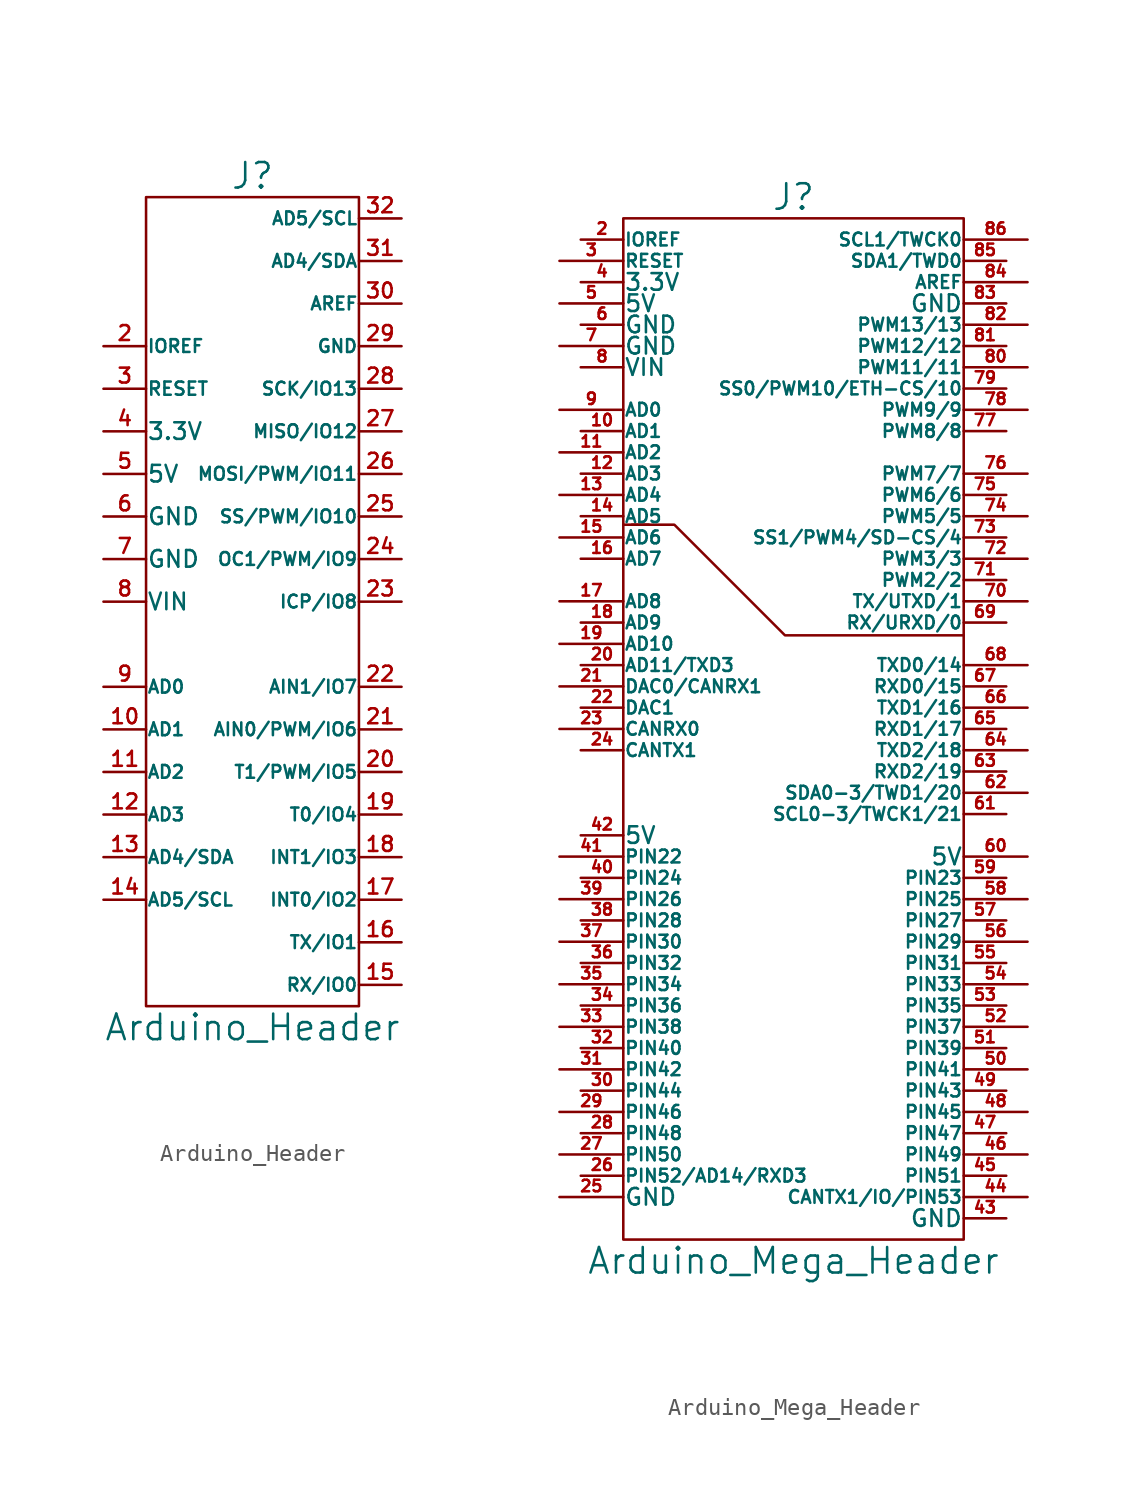
<source format=kicad_sym>
(kicad_symbol_lib
  (version 20201005)
  (generator kicad_symbol_editor)
  (symbol "Arduino_Header"
    (pin_names
      (offset 0.025))
    (property "Reference" "J"
      (at 0 25.4 0)
      (effects (font (size 1.524 1.524))))
    (property "Value" "Arduino_Header"
      (at 0 -25.4 0)
      (effects (font (size 1.524 1.524))))
    (property "Footprint" ""
      (at 0 0 0)
      (effects (font (size 1.524 1.524))))
    (property "Datasheet" ""
      (at 0 0 0)
      (effects (font (size 1.524 1.524))))
    (symbol "Arduino_Header_0_1"
      (rectangle (start 6.35 -24.13) (end -6.35 24.13) (stroke (width 0)) (fill (type none))))
    (symbol "Arduino_Header_1_1"
      (pin passive line (at -8.89 -7.62 0) (length 2.54) (name "AD1" (effects (font (size 0.762 0.762)))) (number "10" (effects (font (size 0.889 0.889)))))
      (pin passive line (at -8.89 -10.16 0) (length 2.54) (name "AD2" (effects (font (size 0.762 0.762)))) (number "11" (effects (font (size 0.889 0.889)))))
      (pin passive line (at -8.89 -12.7 0) (length 2.54) (name "AD3" (effects (font (size 0.762 0.762)))) (number "12" (effects (font (size 0.889 0.889)))))
      (pin passive line (at -8.89 -15.24 0) (length 2.54) (name "AD4/SDA" (effects (font (size 0.762 0.762)))) (number "13" (effects (font (size 0.889 0.889)))))
      (pin passive line (at -8.89 -17.78 0) (length 2.54) (name "AD5/SCL" (effects (font (size 0.762 0.762)))) (number "14" (effects (font (size 0.889 0.889)))))
      (pin passive line (at 8.89 -22.86 180) (length 2.54) (name "RX/IO0" (effects (font (size 0.762 0.762)))) (number "15" (effects (font (size 0.889 0.889)))))
      (pin passive line (at 8.89 -20.32 180) (length 2.54) (name "TX/IO1" (effects (font (size 0.762 0.762)))) (number "16" (effects (font (size 0.889 0.889)))))
      (pin passive line (at 8.89 -17.78 180) (length 2.54) (name "INT0/IO2" (effects (font (size 0.762 0.762)))) (number "17" (effects (font (size 0.889 0.889)))))
      (pin passive line (at 8.89 -15.24 180) (length 2.54) (name "INT1/IO3" (effects (font (size 0.762 0.762)))) (number "18" (effects (font (size 0.889 0.889)))))
      (pin passive line (at 8.89 -12.7 180) (length 2.54) (name "T0/IO4" (effects (font (size 0.762 0.762)))) (number "19" (effects (font (size 0.889 0.889)))))
      (pin passive line (at -8.89 15.24 0) (length 2.54) (name "IOREF" (effects (font (size 0.762 0.762)))) (number "2" (effects (font (size 0.889 0.889)))))
      (pin passive line (at 8.89 -10.16 180) (length 2.54) (name "T1/PWM/IO5" (effects (font (size 0.762 0.762)))) (number "20" (effects (font (size 0.889 0.889)))))
      (pin passive line (at 8.89 -7.62 180) (length 2.54) (name "AIN0/PWM/IO6" (effects (font (size 0.762 0.762)))) (number "21" (effects (font (size 0.889 0.889)))))
      (pin passive line (at 8.89 -5.08 180) (length 2.54) (name "AIN1/IO7" (effects (font (size 0.762 0.762)))) (number "22" (effects (font (size 0.889 0.889)))))
      (pin passive line (at 8.89 0 180) (length 2.54) (name "ICP/IO8" (effects (font (size 0.762 0.762)))) (number "23" (effects (font (size 0.889 0.889)))))
      (pin passive line (at 8.89 2.54 180) (length 2.54) (name "OC1/PWM/IO9" (effects (font (size 0.762 0.762)))) (number "24" (effects (font (size 0.889 0.889)))))
      (pin passive line (at 8.89 5.08 180) (length 2.54) (name "SS/PWM/IO10" (effects (font (size 0.762 0.762)))) (number "25" (effects (font (size 0.889 0.889)))))
      (pin passive line (at 8.89 7.62 180) (length 2.54) (name "MOSI/PWM/IO11" (effects (font (size 0.762 0.762)))) (number "26" (effects (font (size 0.889 0.889)))))
      (pin passive line (at 8.89 10.16 180) (length 2.54) (name "MISO/IO12" (effects (font (size 0.762 0.762)))) (number "27" (effects (font (size 0.889 0.889)))))
      (pin passive line (at 8.89 12.7 180) (length 2.54) (name "SCK/IO13" (effects (font (size 0.762 0.762)))) (number "28" (effects (font (size 0.889 0.889)))))
      (pin passive line (at 8.89 15.24 180) (length 2.54) (name "GND" (effects (font (size 0.762 0.762)))) (number "29" (effects (font (size 0.889 0.889)))))
      (pin passive line (at -8.89 12.7 0) (length 2.54) (name "RESET" (effects (font (size 0.787 0.787)))) (number "3" (effects (font (size 0.889 0.889)))))
      (pin passive line (at 8.89 17.78 180) (length 2.54) (name "AREF" (effects (font (size 0.762 0.762)))) (number "30" (effects (font (size 0.889 0.889)))))
      (pin passive line (at 8.89 20.32 180) (length 2.54) (name "AD4/SDA" (effects (font (size 0.762 0.762)))) (number "31" (effects (font (size 0.889 0.889)))))
      (pin passive line (at 8.89 22.86 180) (length 2.54) (name "AD5/SCL" (effects (font (size 0.762 0.762)))) (number "32" (effects (font (size 0.889 0.889)))))
      (pin passive line (at -8.89 10.16 0) (length 2.54) (name "3.3V" (effects (font (size 0.991 0.991)))) (number "4" (effects (font (size 0.889 0.889)))))
      (pin passive line (at -8.89 7.62 0) (length 2.54) (name "5V" (effects (font (size 0.991 0.991)))) (number "5" (effects (font (size 0.889 0.889)))))
      (pin passive line (at -8.89 5.08 0) (length 2.54) (name "GND" (effects (font (size 0.991 0.991)))) (number "6" (effects (font (size 0.889 0.889)))))
      (pin passive line (at -8.89 2.54 0) (length 2.54) (name "GND" (effects (font (size 0.991 0.991)))) (number "7" (effects (font (size 0.889 0.889)))))
      (pin passive line (at -8.89 0 0) (length 2.54) (name "VIN" (effects (font (size 0.991 0.991)))) (number "8" (effects (font (size 0.889 0.889)))))
      (pin passive line (at -8.89 -5.08 0) (length 2.54) (name "AD0" (effects (font (size 0.762 0.762)))) (number "9" (effects (font (size 0.889 0.889)))))))
  (symbol "Arduino_Mega_Header"
    (pin_names
      (offset 0.025))
    (property "Reference" "J"
      (at 0 31.75 0)
      (effects (font (size 1.524 1.524))))
    (property "Value" "Arduino_Mega_Header"
      (at 0 -31.75 0)
      (effects (font (size 1.524 1.524))))
    (property "Footprint" ""
      (at 0 0 0)
      (effects (font (size 1.524 1.524))))
    (property "Datasheet" ""
      (at 0 0 0)
      (effects (font (size 1.524 1.524))))
    (symbol "Arduino_Mega_Header_0_1"
      (rectangle (start 10.16 -30.48) (end -10.16 30.48) (stroke (width 0)) (fill (type none)))
      (polyline (pts (xy -8.636 12.192) (xy -9.652 12.192)) (stroke (width 0)) (fill (type none)))
      (polyline (pts (xy 10.16 5.588) (xy -0.508 5.588) (xy -7.112 12.192) (xy -10.16 12.192)) (stroke (width 0)) (fill (type none))))
    (symbol "Arduino_Mega_Header_1_1"
      (pin passive line (at -12.7 17.78 0) (length 2.54) (name "AD1" (effects (font (size 0.762 0.762)))) (number "10" (effects (font (size 0.686 0.686)))))
      (pin passive line (at -13.97 16.51 0) (length 3.81) (name "AD2" (effects (font (size 0.762 0.762)))) (number "11" (effects (font (size 0.686 0.686)))))
      (pin passive line (at -12.7 15.24 0) (length 2.54) (name "AD3" (effects (font (size 0.762 0.762)))) (number "12" (effects (font (size 0.686 0.686)))))
      (pin passive line (at -13.97 13.97 0) (length 3.81) (name "AD4" (effects (font (size 0.762 0.762)))) (number "13" (effects (font (size 0.686 0.686)))))
      (pin passive line (at -12.7 12.7 0) (length 2.54) (name "AD5" (effects (font (size 0.762 0.762)))) (number "14" (effects (font (size 0.686 0.686)))))
      (pin passive line (at -13.97 11.43 0) (length 3.81) (name "AD6" (effects (font (size 0.762 0.762)))) (number "15" (effects (font (size 0.686 0.686)))))
      (pin passive line (at -12.7 10.16 0) (length 2.54) (name "AD7" (effects (font (size 0.762 0.762)))) (number "16" (effects (font (size 0.686 0.686)))))
      (pin passive line (at -13.97 7.62 0) (length 3.81) (name "AD8" (effects (font (size 0.762 0.762)))) (number "17" (effects (font (size 0.686 0.686)))))
      (pin passive line (at -12.7 6.35 0) (length 2.54) (name "AD9" (effects (font (size 0.762 0.762)))) (number "18" (effects (font (size 0.686 0.686)))))
      (pin passive line (at -13.97 5.08 0) (length 3.81) (name "AD10" (effects (font (size 0.762 0.762)))) (number "19" (effects (font (size 0.686 0.686)))))
      (pin passive line (at -12.7 29.21 0) (length 2.54) (name "IOREF" (effects (font (size 0.762 0.762)))) (number "2" (effects (font (size 0.686 0.686)))))
      (pin passive line (at -12.7 3.81 0) (length 2.54) (name "AD11/TXD3" (effects (font (size 0.762 0.762)))) (number "20" (effects (font (size 0.686 0.686)))))
      (pin passive line (at -13.97 2.54 0) (length 3.81) (name "DAC0/CANRX1" (effects (font (size 0.762 0.762)))) (number "21" (effects (font (size 0.686 0.686)))))
      (pin passive line (at -12.7 1.27 0) (length 2.54) (name "DAC1" (effects (font (size 0.762 0.762)))) (number "22" (effects (font (size 0.686 0.686)))))
      (pin passive line (at -13.97 0 0) (length 3.81) (name "CANRX0" (effects (font (size 0.762 0.762)))) (number "23" (effects (font (size 0.686 0.686)))))
      (pin passive line (at -12.7 -1.27 0) (length 2.54) (name "CANTX1" (effects (font (size 0.762 0.762)))) (number "24" (effects (font (size 0.686 0.686)))))
      (pin passive line (at -13.97 -27.94 0) (length 3.81) (name "GND" (effects (font (size 0.991 0.991)))) (number "25" (effects (font (size 0.686 0.686)))))
      (pin passive line (at -12.7 -26.67 0) (length 2.54) (name "PIN52/AD14/RXD3" (effects (font (size 0.762 0.762)))) (number "26" (effects (font (size 0.686 0.686)))))
      (pin passive line (at -13.97 -25.4 0) (length 3.81) (name "PIN50" (effects (font (size 0.762 0.762)))) (number "27" (effects (font (size 0.686 0.686)))))
      (pin passive line (at -12.7 -24.13 0) (length 2.54) (name "PIN48" (effects (font (size 0.762 0.762)))) (number "28" (effects (font (size 0.686 0.686)))))
      (pin passive line (at -13.97 -22.86 0) (length 3.81) (name "PIN46" (effects (font (size 0.762 0.762)))) (number "29" (effects (font (size 0.686 0.686)))))
      (pin passive line (at -13.97 27.94 0) (length 3.81) (name "RESET" (effects (font (size 0.762 0.762)))) (number "3" (effects (font (size 0.686 0.686)))))
      (pin passive line (at -12.7 -21.59 0) (length 2.54) (name "PIN44" (effects (font (size 0.762 0.762)))) (number "30" (effects (font (size 0.686 0.686)))))
      (pin passive line (at -13.97 -20.32 0) (length 3.81) (name "PIN42" (effects (font (size 0.762 0.762)))) (number "31" (effects (font (size 0.686 0.686)))))
      (pin passive line (at -12.7 -19.05 0) (length 2.54) (name "PIN40" (effects (font (size 0.762 0.762)))) (number "32" (effects (font (size 0.686 0.686)))))
      (pin passive line (at -13.97 -17.78 0) (length 3.81) (name "PIN38" (effects (font (size 0.762 0.762)))) (number "33" (effects (font (size 0.686 0.686)))))
      (pin passive line (at -12.7 -16.51 0) (length 2.54) (name "PIN36" (effects (font (size 0.762 0.762)))) (number "34" (effects (font (size 0.686 0.686)))))
      (pin passive line (at -13.97 -15.24 0) (length 3.81) (name "PIN34" (effects (font (size 0.762 0.762)))) (number "35" (effects (font (size 0.686 0.686)))))
      (pin passive line (at -12.7 -13.97 0) (length 2.54) (name "PIN32" (effects (font (size 0.762 0.762)))) (number "36" (effects (font (size 0.686 0.686)))))
      (pin passive line (at -13.97 -12.7 0) (length 3.81) (name "PIN30" (effects (font (size 0.762 0.762)))) (number "37" (effects (font (size 0.686 0.686)))))
      (pin passive line (at -12.7 -11.43 0) (length 2.54) (name "PIN28" (effects (font (size 0.762 0.762)))) (number "38" (effects (font (size 0.686 0.686)))))
      (pin passive line (at -13.97 -10.16 0) (length 3.81) (name "PIN26" (effects (font (size 0.762 0.762)))) (number "39" (effects (font (size 0.686 0.686)))))
      (pin passive line (at -12.7 26.67 0) (length 2.54) (name "3.3V" (effects (font (size 0.991 0.991)))) (number "4" (effects (font (size 0.686 0.686)))))
      (pin passive line (at -12.7 -8.89 0) (length 2.54) (name "PIN24" (effects (font (size 0.762 0.762)))) (number "40" (effects (font (size 0.686 0.686)))))
      (pin passive line (at -13.97 -7.62 0) (length 3.81) (name "PIN22" (effects (font (size 0.762 0.762)))) (number "41" (effects (font (size 0.686 0.686)))))
      (pin passive line (at -12.7 -6.35 0) (length 2.54) (name "5V" (effects (font (size 0.991 0.991)))) (number "42" (effects (font (size 0.686 0.686)))))
      (pin passive line (at 12.7 -29.21 180) (length 2.54) (name "GND" (effects (font (size 0.991 0.991)))) (number "43" (effects (font (size 0.686 0.686)))))
      (pin passive line (at 13.97 -27.94 180) (length 3.81) (name "CANTX1/IO/PIN53" (effects (font (size 0.762 0.762)))) (number "44" (effects (font (size 0.686 0.686)))))
      (pin passive line (at 12.7 -26.67 180) (length 2.54) (name "PIN51" (effects (font (size 0.762 0.762)))) (number "45" (effects (font (size 0.686 0.686)))))
      (pin passive line (at 13.97 -25.4 180) (length 3.81) (name "PIN49" (effects (font (size 0.762 0.762)))) (number "46" (effects (font (size 0.686 0.686)))))
      (pin passive line (at 12.7 -24.13 180) (length 2.54) (name "PIN47" (effects (font (size 0.762 0.762)))) (number "47" (effects (font (size 0.686 0.686)))))
      (pin passive line (at 13.97 -22.86 180) (length 3.81) (name "PIN45" (effects (font (size 0.762 0.762)))) (number "48" (effects (font (size 0.686 0.686)))))
      (pin passive line (at 12.7 -21.59 180) (length 2.54) (name "PIN43" (effects (font (size 0.762 0.762)))) (number "49" (effects (font (size 0.686 0.686)))))
      (pin passive line (at -13.97 25.4 0) (length 3.81) (name "5V" (effects (font (size 0.991 0.991)))) (number "5" (effects (font (size 0.686 0.686)))))
      (pin passive line (at 13.97 -20.32 180) (length 3.81) (name "PIN41" (effects (font (size 0.762 0.762)))) (number "50" (effects (font (size 0.686 0.686)))))
      (pin passive line (at 12.7 -19.05 180) (length 2.54) (name "PIN39" (effects (font (size 0.762 0.762)))) (number "51" (effects (font (size 0.686 0.686)))))
      (pin passive line (at 13.97 -17.78 180) (length 3.81) (name "PIN37" (effects (font (size 0.762 0.762)))) (number "52" (effects (font (size 0.686 0.686)))))
      (pin passive line (at 12.7 -16.51 180) (length 2.54) (name "PIN35" (effects (font (size 0.762 0.762)))) (number "53" (effects (font (size 0.686 0.686)))))
      (pin passive line (at 13.97 -15.24 180) (length 3.81) (name "PIN33" (effects (font (size 0.762 0.762)))) (number "54" (effects (font (size 0.686 0.686)))))
      (pin passive line (at 12.7 -13.97 180) (length 2.54) (name "PIN31" (effects (font (size 0.762 0.762)))) (number "55" (effects (font (size 0.686 0.686)))))
      (pin passive line (at 13.97 -12.7 180) (length 3.81) (name "PIN29" (effects (font (size 0.762 0.762)))) (number "56" (effects (font (size 0.686 0.686)))))
      (pin passive line (at 12.7 -11.43 180) (length 2.54) (name "PIN27" (effects (font (size 0.762 0.762)))) (number "57" (effects (font (size 0.686 0.686)))))
      (pin passive line (at 13.97 -10.16 180) (length 3.81) (name "PIN25" (effects (font (size 0.762 0.762)))) (number "58" (effects (font (size 0.686 0.686)))))
      (pin passive line (at 12.7 -8.89 180) (length 2.54) (name "PIN23" (effects (font (size 0.762 0.762)))) (number "59" (effects (font (size 0.686 0.686)))))
      (pin passive line (at -12.7 24.13 0) (length 2.54) (name "GND" (effects (font (size 0.991 0.991)))) (number "6" (effects (font (size 0.686 0.686)))))
      (pin passive line (at 13.97 -7.62 180) (length 3.81) (name "5V" (effects (font (size 0.991 0.991)))) (number "60" (effects (font (size 0.686 0.686)))))
      (pin passive line (at 12.7 -5.08 180) (length 2.54) (name "SCL0-3/TWCK1/21" (effects (font (size 0.762 0.762)))) (number "61" (effects (font (size 0.686 0.686)))))
      (pin passive line (at 13.97 -3.81 180) (length 3.81) (name "SDA0-3/TWD1/20" (effects (font (size 0.762 0.762)))) (number "62" (effects (font (size 0.686 0.686)))))
      (pin passive line (at 12.7 -2.54 180) (length 2.54) (name "RXD2/19" (effects (font (size 0.762 0.762)))) (number "63" (effects (font (size 0.686 0.686)))))
      (pin passive line (at 13.97 -1.27 180) (length 3.81) (name "TXD2/18" (effects (font (size 0.762 0.762)))) (number "64" (effects (font (size 0.686 0.686)))))
      (pin passive line (at 12.7 0 180) (length 2.54) (name "RXD1/17" (effects (font (size 0.762 0.762)))) (number "65" (effects (font (size 0.686 0.686)))))
      (pin passive line (at 13.97 1.27 180) (length 3.81) (name "TXD1/16" (effects (font (size 0.762 0.762)))) (number "66" (effects (font (size 0.686 0.686)))))
      (pin passive line (at 12.7 2.54 180) (length 2.54) (name "RXD0/15" (effects (font (size 0.762 0.762)))) (number "67" (effects (font (size 0.686 0.686)))))
      (pin passive line (at 13.97 3.81 180) (length 3.81) (name "TXD0/14" (effects (font (size 0.762 0.762)))) (number "68" (effects (font (size 0.686 0.686)))))
      (pin passive line (at 12.7 6.35 180) (length 2.54) (name "RX/URXD/0" (effects (font (size 0.762 0.762)))) (number "69" (effects (font (size 0.686 0.686)))))
      (pin passive line (at -13.97 22.86 0) (length 3.81) (name "GND" (effects (font (size 0.991 0.991)))) (number "7" (effects (font (size 0.686 0.686)))))
      (pin passive line (at 13.97 7.62 180) (length 3.81) (name "TX/UTXD/1" (effects (font (size 0.762 0.762)))) (number "70" (effects (font (size 0.686 0.686)))))
      (pin passive line (at 12.7 8.89 180) (length 2.54) (name "PWM2/2" (effects (font (size 0.762 0.762)))) (number "71" (effects (font (size 0.686 0.686)))))
      (pin passive line (at 13.97 10.16 180) (length 3.81) (name "PWM3/3" (effects (font (size 0.762 0.762)))) (number "72" (effects (font (size 0.686 0.686)))))
      (pin passive line (at 12.7 11.43 180) (length 2.54) (name "SS1/PWM4/SD-CS/4" (effects (font (size 0.762 0.762)))) (number "73" (effects (font (size 0.686 0.686)))))
      (pin passive line (at 13.97 12.7 180) (length 3.81) (name "PWM5/5" (effects (font (size 0.762 0.762)))) (number "74" (effects (font (size 0.686 0.686)))))
      (pin passive line (at 12.7 13.97 180) (length 2.54) (name "PWM6/6" (effects (font (size 0.762 0.762)))) (number "75" (effects (font (size 0.686 0.686)))))
      (pin passive line (at 13.97 15.24 180) (length 3.81) (name "PWM7/7" (effects (font (size 0.762 0.762)))) (number "76" (effects (font (size 0.686 0.686)))))
      (pin passive line (at 12.7 17.78 180) (length 2.54) (name "PWM8/8" (effects (font (size 0.762 0.762)))) (number "77" (effects (font (size 0.686 0.686)))))
      (pin passive line (at 13.97 19.05 180) (length 3.81) (name "PWM9/9" (effects (font (size 0.762 0.762)))) (number "78" (effects (font (size 0.686 0.686)))))
      (pin passive line (at 12.7 20.32 180) (length 2.54) (name "SS0/PWM10/ETH-CS/10" (effects (font (size 0.762 0.762)))) (number "79" (effects (font (size 0.686 0.686)))))
      (pin passive line (at -12.7 21.59 0) (length 2.54) (name "VIN" (effects (font (size 0.991 0.991)))) (number "8" (effects (font (size 0.686 0.686)))))
      (pin passive line (at 13.97 21.59 180) (length 3.81) (name "PWM11/11" (effects (font (size 0.762 0.762)))) (number "80" (effects (font (size 0.686 0.686)))))
      (pin passive line (at 12.7 22.86 180) (length 2.54) (name "PWM12/12" (effects (font (size 0.762 0.762)))) (number "81" (effects (font (size 0.686 0.686)))))
      (pin passive line (at 13.97 24.13 180) (length 3.81) (name "PWM13/13" (effects (font (size 0.762 0.762)))) (number "82" (effects (font (size 0.686 0.686)))))
      (pin passive line (at 12.7 25.4 180) (length 2.54) (name "GND" (effects (font (size 0.991 0.991)))) (number "83" (effects (font (size 0.686 0.686)))))
      (pin passive line (at 13.97 26.67 180) (length 3.81) (name "AREF" (effects (font (size 0.762 0.762)))) (number "84" (effects (font (size 0.686 0.686)))))
      (pin passive line (at 12.7 27.94 180) (length 2.54) (name "SDA1/TWD0" (effects (font (size 0.762 0.762)))) (number "85" (effects (font (size 0.686 0.686)))))
      (pin passive line (at 13.97 29.21 180) (length 3.81) (name "SCL1/TWCK0" (effects (font (size 0.762 0.762)))) (number "86" (effects (font (size 0.686 0.686)))))
      (pin passive line (at -13.97 19.05 0) (length 3.81) (name "AD0" (effects (font (size 0.762 0.762)))) (number "9" (effects (font (size 0.686 0.686))))))))
</source>
